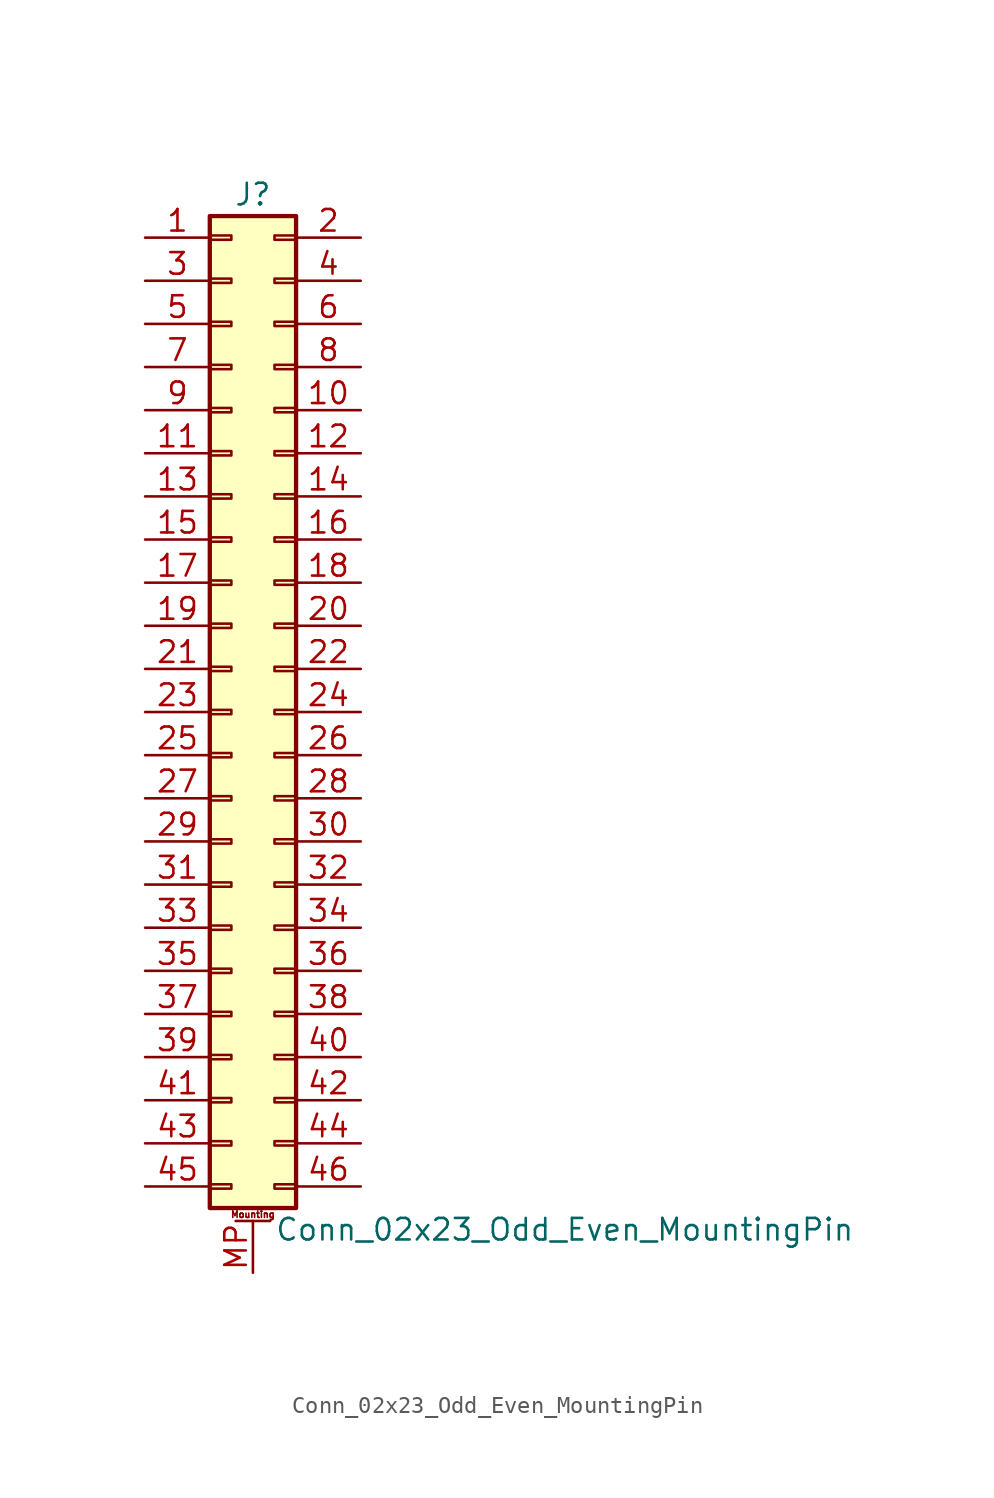
<source format=kicad_sym>
(kicad_symbol_lib
  (version 20220914)
  (generator kicad_symbol_editor)
  (symbol "Conn_02x23_Odd_Even_MountingPin"
    (pin_names
      (offset 1.016) hide)
    (property "Reference" "J"
      (at 1.27 30.48 0)
      (effects (font (size 1.27 1.27))))
    (property "Value" "Conn_02x23_Odd_Even_MountingPin"
      (at 2.54 -30.48 0)
      (effects (font (size 1.27 1.27)) (justify left)))
    (symbol "Conn_02x23_Odd_Even_MountingPin_1_1"
      (rectangle (start -1.27 -27.813) (end 0 -28.067) (stroke (width 0.152) (type default)) (fill (type none)))
      (rectangle (start -1.27 -25.273) (end 0 -25.527) (stroke (width 0.152) (type default)) (fill (type none)))
      (rectangle (start -1.27 -22.733) (end 0 -22.987) (stroke (width 0.152) (type default)) (fill (type none)))
      (rectangle (start -1.27 -20.193) (end 0 -20.447) (stroke (width 0.152) (type default)) (fill (type none)))
      (rectangle (start -1.27 -17.653) (end 0 -17.907) (stroke (width 0.152) (type default)) (fill (type none)))
      (rectangle (start -1.27 -15.113) (end 0 -15.367) (stroke (width 0.152) (type default)) (fill (type none)))
      (rectangle (start -1.27 -12.573) (end 0 -12.827) (stroke (width 0.152) (type default)) (fill (type none)))
      (rectangle (start -1.27 -10.033) (end 0 -10.287) (stroke (width 0.152) (type default)) (fill (type none)))
      (rectangle (start -1.27 -7.493) (end 0 -7.747) (stroke (width 0.152) (type default)) (fill (type none)))
      (rectangle (start -1.27 -4.953) (end 0 -5.207) (stroke (width 0.152) (type default)) (fill (type none)))
      (rectangle (start -1.27 -2.413) (end 0 -2.667) (stroke (width 0.152) (type default)) (fill (type none)))
      (rectangle (start -1.27 0.127) (end 0 -0.127) (stroke (width 0.152) (type default)) (fill (type none)))
      (rectangle (start -1.27 2.667) (end 0 2.413) (stroke (width 0.152) (type default)) (fill (type none)))
      (rectangle (start -1.27 5.207) (end 0 4.953) (stroke (width 0.152) (type default)) (fill (type none)))
      (rectangle (start -1.27 7.747) (end 0 7.493) (stroke (width 0.152) (type default)) (fill (type none)))
      (rectangle (start -1.27 10.287) (end 0 10.033) (stroke (width 0.152) (type default)) (fill (type none)))
      (rectangle (start -1.27 12.827) (end 0 12.573) (stroke (width 0.152) (type default)) (fill (type none)))
      (rectangle (start -1.27 15.367) (end 0 15.113) (stroke (width 0.152) (type default)) (fill (type none)))
      (rectangle (start -1.27 17.907) (end 0 17.653) (stroke (width 0.152) (type default)) (fill (type none)))
      (rectangle (start -1.27 20.447) (end 0 20.193) (stroke (width 0.152) (type default)) (fill (type none)))
      (rectangle (start -1.27 22.987) (end 0 22.733) (stroke (width 0.152) (type default)) (fill (type none)))
      (rectangle (start -1.27 25.527) (end 0 25.273) (stroke (width 0.152) (type default)) (fill (type none)))
      (rectangle (start -1.27 28.067) (end 0 27.813) (stroke (width 0.152) (type default)) (fill (type none)))
      (rectangle (start -1.27 29.21) (end 3.81 -29.21) (stroke (width 0.254) (type default)) (fill (type background)))
      (polyline (pts (xy 0.254 -29.972) (xy 2.286 -29.972)) (stroke (width 0.152) (type default)) (fill (type none)))
      (rectangle (start 3.81 -27.813) (end 2.54 -28.067) (stroke (width 0.152) (type default)) (fill (type none)))
      (rectangle (start 3.81 -25.273) (end 2.54 -25.527) (stroke (width 0.152) (type default)) (fill (type none)))
      (rectangle (start 3.81 -22.733) (end 2.54 -22.987) (stroke (width 0.152) (type default)) (fill (type none)))
      (rectangle (start 3.81 -20.193) (end 2.54 -20.447) (stroke (width 0.152) (type default)) (fill (type none)))
      (rectangle (start 3.81 -17.653) (end 2.54 -17.907) (stroke (width 0.152) (type default)) (fill (type none)))
      (rectangle (start 3.81 -15.113) (end 2.54 -15.367) (stroke (width 0.152) (type default)) (fill (type none)))
      (rectangle (start 3.81 -12.573) (end 2.54 -12.827) (stroke (width 0.152) (type default)) (fill (type none)))
      (rectangle (start 3.81 -10.033) (end 2.54 -10.287) (stroke (width 0.152) (type default)) (fill (type none)))
      (rectangle (start 3.81 -7.493) (end 2.54 -7.747) (stroke (width 0.152) (type default)) (fill (type none)))
      (rectangle (start 3.81 -4.953) (end 2.54 -5.207) (stroke (width 0.152) (type default)) (fill (type none)))
      (rectangle (start 3.81 -2.413) (end 2.54 -2.667) (stroke (width 0.152) (type default)) (fill (type none)))
      (rectangle (start 3.81 0.127) (end 2.54 -0.127) (stroke (width 0.152) (type default)) (fill (type none)))
      (rectangle (start 3.81 2.667) (end 2.54 2.413) (stroke (width 0.152) (type default)) (fill (type none)))
      (rectangle (start 3.81 5.207) (end 2.54 4.953) (stroke (width 0.152) (type default)) (fill (type none)))
      (rectangle (start 3.81 7.747) (end 2.54 7.493) (stroke (width 0.152) (type default)) (fill (type none)))
      (rectangle (start 3.81 10.287) (end 2.54 10.033) (stroke (width 0.152) (type default)) (fill (type none)))
      (rectangle (start 3.81 12.827) (end 2.54 12.573) (stroke (width 0.152) (type default)) (fill (type none)))
      (rectangle (start 3.81 15.367) (end 2.54 15.113) (stroke (width 0.152) (type default)) (fill (type none)))
      (rectangle (start 3.81 17.907) (end 2.54 17.653) (stroke (width 0.152) (type default)) (fill (type none)))
      (rectangle (start 3.81 20.447) (end 2.54 20.193) (stroke (width 0.152) (type default)) (fill (type none)))
      (rectangle (start 3.81 22.987) (end 2.54 22.733) (stroke (width 0.152) (type default)) (fill (type none)))
      (rectangle (start 3.81 25.527) (end 2.54 25.273) (stroke (width 0.152) (type default)) (fill (type none)))
      (rectangle (start 3.81 28.067) (end 2.54 27.813) (stroke (width 0.152) (type default)) (fill (type none)))
      (text "Mounting" (at 1.27 -29.591 0) (effects (font (size 0.381 0.381))))
      (pin passive line (at -5.08 27.94 0) (length 3.81) (name "Pin_1" (effects (font (size 1.27 1.27)))) (number "1" (effects (font (size 1.27 1.27)))))
      (pin passive line (at 7.62 17.78 180) (length 3.81) (name "Pin_10" (effects (font (size 1.27 1.27)))) (number "10" (effects (font (size 1.27 1.27)))))
      (pin passive line (at -5.08 15.24 0) (length 3.81) (name "Pin_11" (effects (font (size 1.27 1.27)))) (number "11" (effects (font (size 1.27 1.27)))))
      (pin passive line (at 7.62 15.24 180) (length 3.81) (name "Pin_12" (effects (font (size 1.27 1.27)))) (number "12" (effects (font (size 1.27 1.27)))))
      (pin passive line (at -5.08 12.7 0) (length 3.81) (name "Pin_13" (effects (font (size 1.27 1.27)))) (number "13" (effects (font (size 1.27 1.27)))))
      (pin passive line (at 7.62 12.7 180) (length 3.81) (name "Pin_14" (effects (font (size 1.27 1.27)))) (number "14" (effects (font (size 1.27 1.27)))))
      (pin passive line (at -5.08 10.16 0) (length 3.81) (name "Pin_15" (effects (font (size 1.27 1.27)))) (number "15" (effects (font (size 1.27 1.27)))))
      (pin passive line (at 7.62 10.16 180) (length 3.81) (name "Pin_16" (effects (font (size 1.27 1.27)))) (number "16" (effects (font (size 1.27 1.27)))))
      (pin passive line (at -5.08 7.62 0) (length 3.81) (name "Pin_17" (effects (font (size 1.27 1.27)))) (number "17" (effects (font (size 1.27 1.27)))))
      (pin passive line (at 7.62 7.62 180) (length 3.81) (name "Pin_18" (effects (font (size 1.27 1.27)))) (number "18" (effects (font (size 1.27 1.27)))))
      (pin passive line (at -5.08 5.08 0) (length 3.81) (name "Pin_19" (effects (font (size 1.27 1.27)))) (number "19" (effects (font (size 1.27 1.27)))))
      (pin passive line (at 7.62 27.94 180) (length 3.81) (name "Pin_2" (effects (font (size 1.27 1.27)))) (number "2" (effects (font (size 1.27 1.27)))))
      (pin passive line (at 7.62 5.08 180) (length 3.81) (name "Pin_20" (effects (font (size 1.27 1.27)))) (number "20" (effects (font (size 1.27 1.27)))))
      (pin passive line (at -5.08 2.54 0) (length 3.81) (name "Pin_21" (effects (font (size 1.27 1.27)))) (number "21" (effects (font (size 1.27 1.27)))))
      (pin passive line (at 7.62 2.54 180) (length 3.81) (name "Pin_22" (effects (font (size 1.27 1.27)))) (number "22" (effects (font (size 1.27 1.27)))))
      (pin passive line (at -5.08 0 0) (length 3.81) (name "Pin_23" (effects (font (size 1.27 1.27)))) (number "23" (effects (font (size 1.27 1.27)))))
      (pin passive line (at 7.62 0 180) (length 3.81) (name "Pin_24" (effects (font (size 1.27 1.27)))) (number "24" (effects (font (size 1.27 1.27)))))
      (pin passive line (at -5.08 -2.54 0) (length 3.81) (name "Pin_25" (effects (font (size 1.27 1.27)))) (number "25" (effects (font (size 1.27 1.27)))))
      (pin passive line (at 7.62 -2.54 180) (length 3.81) (name "Pin_26" (effects (font (size 1.27 1.27)))) (number "26" (effects (font (size 1.27 1.27)))))
      (pin passive line (at -5.08 -5.08 0) (length 3.81) (name "Pin_27" (effects (font (size 1.27 1.27)))) (number "27" (effects (font (size 1.27 1.27)))))
      (pin passive line (at 7.62 -5.08 180) (length 3.81) (name "Pin_28" (effects (font (size 1.27 1.27)))) (number "28" (effects (font (size 1.27 1.27)))))
      (pin passive line (at -5.08 -7.62 0) (length 3.81) (name "Pin_29" (effects (font (size 1.27 1.27)))) (number "29" (effects (font (size 1.27 1.27)))))
      (pin passive line (at -5.08 25.4 0) (length 3.81) (name "Pin_3" (effects (font (size 1.27 1.27)))) (number "3" (effects (font (size 1.27 1.27)))))
      (pin passive line (at 7.62 -7.62 180) (length 3.81) (name "Pin_30" (effects (font (size 1.27 1.27)))) (number "30" (effects (font (size 1.27 1.27)))))
      (pin passive line (at -5.08 -10.16 0) (length 3.81) (name "Pin_31" (effects (font (size 1.27 1.27)))) (number "31" (effects (font (size 1.27 1.27)))))
      (pin passive line (at 7.62 -10.16 180) (length 3.81) (name "Pin_32" (effects (font (size 1.27 1.27)))) (number "32" (effects (font (size 1.27 1.27)))))
      (pin passive line (at -5.08 -12.7 0) (length 3.81) (name "Pin_33" (effects (font (size 1.27 1.27)))) (number "33" (effects (font (size 1.27 1.27)))))
      (pin passive line (at 7.62 -12.7 180) (length 3.81) (name "Pin_34" (effects (font (size 1.27 1.27)))) (number "34" (effects (font (size 1.27 1.27)))))
      (pin passive line (at -5.08 -15.24 0) (length 3.81) (name "Pin_35" (effects (font (size 1.27 1.27)))) (number "35" (effects (font (size 1.27 1.27)))))
      (pin passive line (at 7.62 -15.24 180) (length 3.81) (name "Pin_36" (effects (font (size 1.27 1.27)))) (number "36" (effects (font (size 1.27 1.27)))))
      (pin passive line (at -5.08 -17.78 0) (length 3.81) (name "Pin_37" (effects (font (size 1.27 1.27)))) (number "37" (effects (font (size 1.27 1.27)))))
      (pin passive line (at 7.62 -17.78 180) (length 3.81) (name "Pin_38" (effects (font (size 1.27 1.27)))) (number "38" (effects (font (size 1.27 1.27)))))
      (pin passive line (at -5.08 -20.32 0) (length 3.81) (name "Pin_39" (effects (font (size 1.27 1.27)))) (number "39" (effects (font (size 1.27 1.27)))))
      (pin passive line (at 7.62 25.4 180) (length 3.81) (name "Pin_4" (effects (font (size 1.27 1.27)))) (number "4" (effects (font (size 1.27 1.27)))))
      (pin passive line (at 7.62 -20.32 180) (length 3.81) (name "Pin_40" (effects (font (size 1.27 1.27)))) (number "40" (effects (font (size 1.27 1.27)))))
      (pin passive line (at -5.08 -22.86 0) (length 3.81) (name "Pin_41" (effects (font (size 1.27 1.27)))) (number "41" (effects (font (size 1.27 1.27)))))
      (pin passive line (at 7.62 -22.86 180) (length 3.81) (name "Pin_42" (effects (font (size 1.27 1.27)))) (number "42" (effects (font (size 1.27 1.27)))))
      (pin passive line (at -5.08 -25.4 0) (length 3.81) (name "Pin_43" (effects (font (size 1.27 1.27)))) (number "43" (effects (font (size 1.27 1.27)))))
      (pin passive line (at 7.62 -25.4 180) (length 3.81) (name "Pin_44" (effects (font (size 1.27 1.27)))) (number "44" (effects (font (size 1.27 1.27)))))
      (pin passive line (at -5.08 -27.94 0) (length 3.81) (name "Pin_45" (effects (font (size 1.27 1.27)))) (number "45" (effects (font (size 1.27 1.27)))))
      (pin passive line (at 7.62 -27.94 180) (length 3.81) (name "Pin_46" (effects (font (size 1.27 1.27)))) (number "46" (effects (font (size 1.27 1.27)))))
      (pin passive line (at -5.08 22.86 0) (length 3.81) (name "Pin_5" (effects (font (size 1.27 1.27)))) (number "5" (effects (font (size 1.27 1.27)))))
      (pin passive line (at 7.62 22.86 180) (length 3.81) (name "Pin_6" (effects (font (size 1.27 1.27)))) (number "6" (effects (font (size 1.27 1.27)))))
      (pin passive line (at -5.08 20.32 0) (length 3.81) (name "Pin_7" (effects (font (size 1.27 1.27)))) (number "7" (effects (font (size 1.27 1.27)))))
      (pin passive line (at 7.62 20.32 180) (length 3.81) (name "Pin_8" (effects (font (size 1.27 1.27)))) (number "8" (effects (font (size 1.27 1.27)))))
      (pin passive line (at -5.08 17.78 0) (length 3.81) (name "Pin_9" (effects (font (size 1.27 1.27)))) (number "9" (effects (font (size 1.27 1.27)))))
      (pin passive line (at 1.27 -33.02 90) (length 3.048) (name "MountPin" (effects (font (size 1.27 1.27)))) (number "MP" (effects (font (size 1.27 1.27))))))))
</source>
